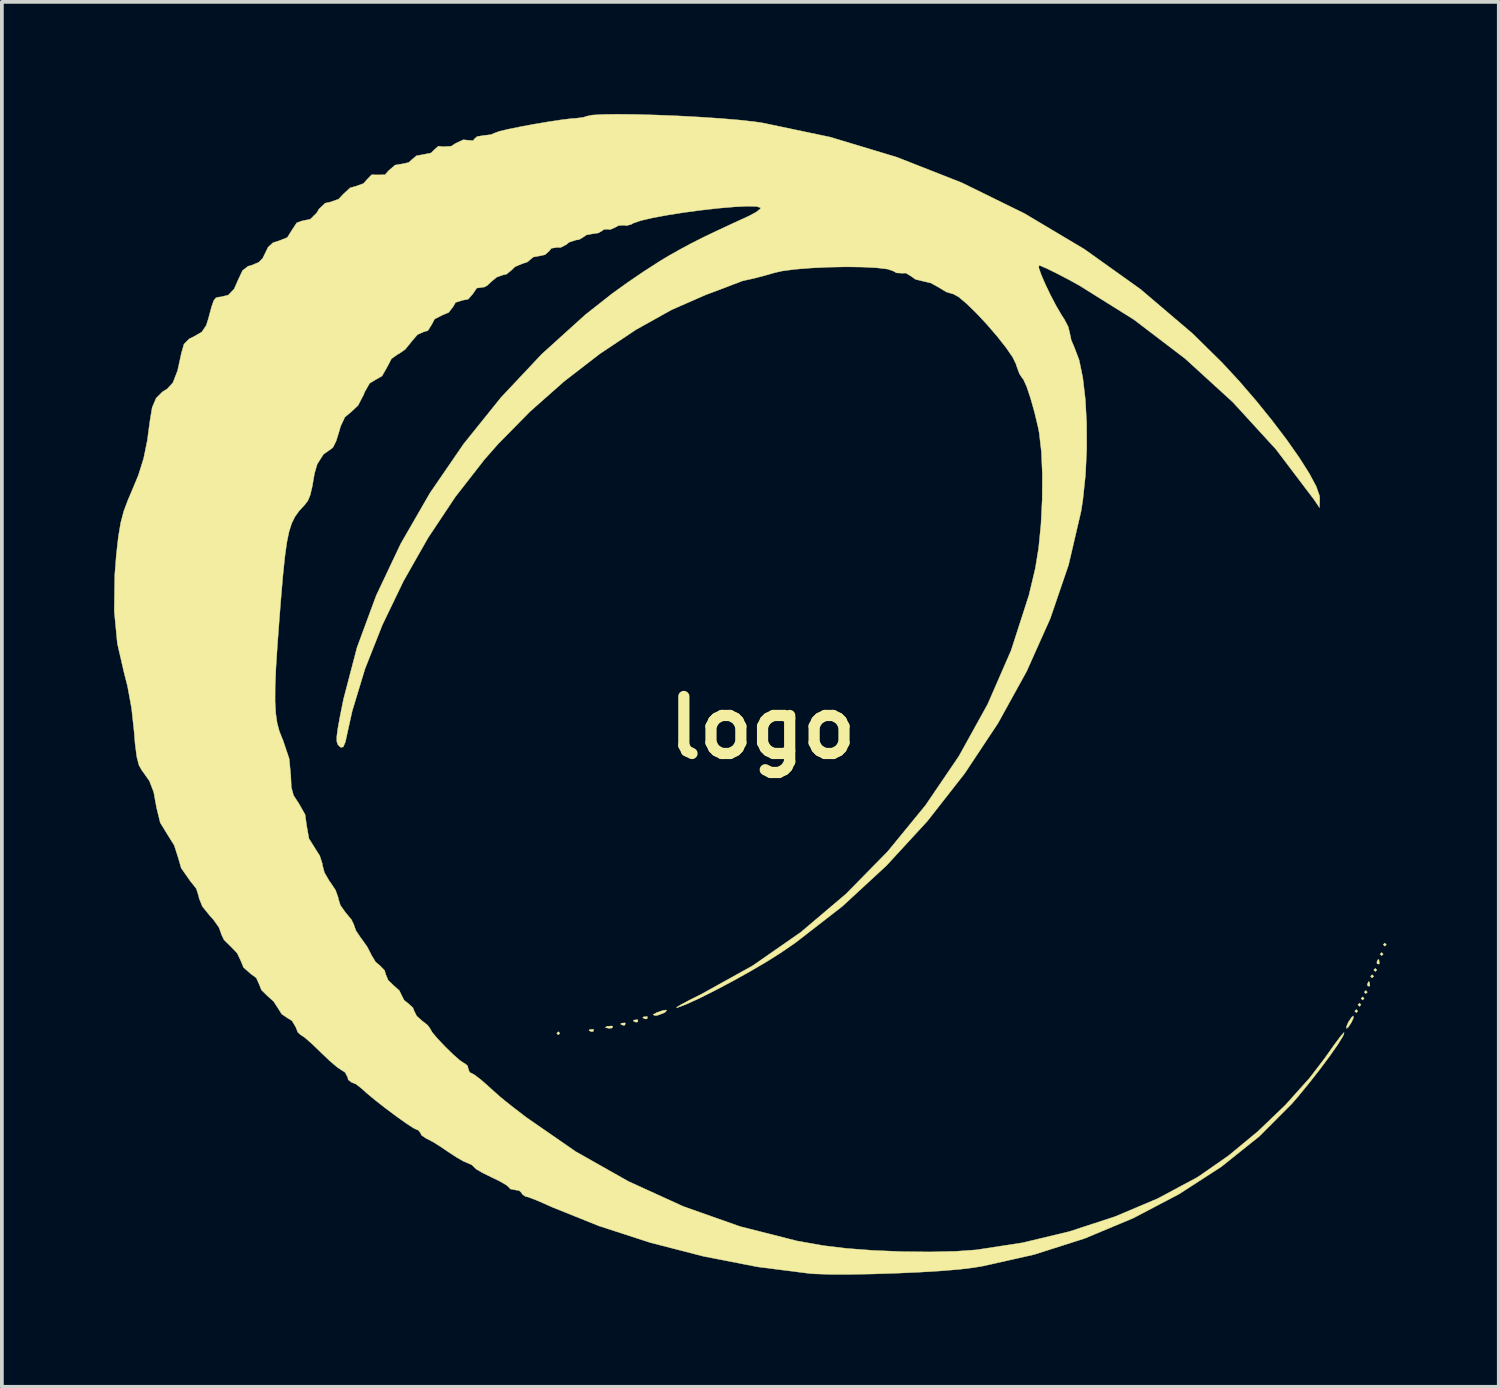
<source format=kicad_pcb>
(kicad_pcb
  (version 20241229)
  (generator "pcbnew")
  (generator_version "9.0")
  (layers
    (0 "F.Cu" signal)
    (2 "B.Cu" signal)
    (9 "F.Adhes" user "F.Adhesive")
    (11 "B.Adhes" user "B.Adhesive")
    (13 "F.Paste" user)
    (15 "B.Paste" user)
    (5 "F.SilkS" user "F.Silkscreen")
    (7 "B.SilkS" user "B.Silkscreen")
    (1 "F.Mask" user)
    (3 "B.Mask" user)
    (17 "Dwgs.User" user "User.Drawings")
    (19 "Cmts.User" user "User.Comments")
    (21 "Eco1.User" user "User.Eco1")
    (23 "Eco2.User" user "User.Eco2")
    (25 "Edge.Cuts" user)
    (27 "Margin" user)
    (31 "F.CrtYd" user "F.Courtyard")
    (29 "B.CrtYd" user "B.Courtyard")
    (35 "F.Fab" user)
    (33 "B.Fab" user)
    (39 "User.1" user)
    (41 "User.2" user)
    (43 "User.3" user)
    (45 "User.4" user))
  (footprint "logo"
    (layer "F.Cu")
    (at 17.339 16.407)
    (property "Reference" "logo" (at 0 0 0) (layer "F.SilkS") (effects (font (size 1.524 1.524) (thickness 0.3))))
    (attr through_hole)
    (fp_poly (pts (xy -5.419 8.17) (xy -5.461 8.213) (xy -5.503 8.17) (xy -5.461 8.128) (xy -5.419 8.17)) (stroke (width 0.01) (type solid)) (fill yes) (layer "F.SilkS"))
    (fp_poly (pts (xy 15.917 7.578) (xy 15.875 7.62) (xy 15.833 7.578) (xy 15.875 7.535) (xy 15.917 7.578)) (stroke (width 0.01) (type solid)) (fill yes) (layer "F.SilkS"))
    (fp_poly (pts (xy 16.002 7.408) (xy 15.96 7.451) (xy 15.917 7.408) (xy 15.96 7.366) (xy 16.002 7.408)) (stroke (width 0.01) (type solid)) (fill yes) (layer "F.SilkS"))
    (fp_poly (pts (xy 16.087 7.239) (xy 16.044 7.281) (xy 16.002 7.239) (xy 16.044 7.197) (xy 16.087 7.239)) (stroke (width 0.01) (type solid)) (fill yes) (layer "F.SilkS"))
    (fp_poly (pts (xy 16.171 7.07) (xy 16.129 7.112) (xy 16.087 7.07) (xy 16.129 7.027) (xy 16.171 7.07)) (stroke (width 0.01) (type solid)) (fill yes) (layer "F.SilkS"))
    (fp_poly (pts (xy 16.341 6.646) (xy 16.298 6.689) (xy 16.256 6.646) (xy 16.298 6.604) (xy 16.341 6.646)) (stroke (width 0.01) (type solid)) (fill yes) (layer "F.SilkS"))
    (fp_poly (pts (xy 16.425 6.477) (xy 16.383 6.519) (xy 16.341 6.477) (xy 16.383 6.435) (xy 16.425 6.477)) (stroke (width 0.01) (type solid)) (fill yes) (layer "F.SilkS"))
    (fp_poly (pts (xy 16.595 6.054) (xy 16.552 6.096) (xy 16.51 6.054) (xy 16.552 6.011) (xy 16.595 6.054)) (stroke (width 0.01) (type solid)) (fill yes) (layer "F.SilkS"))
    (fp_poly (pts (xy 16.679 5.8) (xy 16.637 5.842) (xy 16.595 5.8) (xy 16.637 5.757) (xy 16.679 5.8)) (stroke (width 0.01) (type solid)) (fill yes) (layer "F.SilkS"))
    (fp_poly (pts (xy -4.516 8.072) (xy -4.527 8.122) (xy -4.572 8.128) (xy -4.642 8.097) (xy -4.628 8.072) (xy -4.528 8.061) (xy -4.516 8.072)) (stroke (width 0.01) (type solid)) (fill yes) (layer "F.SilkS"))
    (fp_poly (pts (xy -4.002 7.992) (xy -4.028 8.031) (xy -4.113 8.037) (xy -4.204 8.016) (xy -4.165 7.985) (xy -4.032 7.975) (xy -4.002 7.992)) (stroke (width 0.01) (type solid)) (fill yes) (layer "F.SilkS"))
    (fp_poly (pts (xy -3.669 7.902) (xy -3.681 7.953) (xy -3.725 7.959) (xy -3.795 7.928) (xy -3.782 7.902) (xy -3.681 7.892) (xy -3.669 7.902)) (stroke (width 0.01) (type solid)) (fill yes) (layer "F.SilkS"))
    (fp_poly (pts (xy -3.33 7.818) (xy -3.342 7.868) (xy -3.387 7.874) (xy -3.456 7.843) (xy -3.443 7.818) (xy -3.343 7.807) (xy -3.33 7.818)) (stroke (width 0.01) (type solid)) (fill yes) (layer "F.SilkS"))
    (fp_poly (pts (xy -3.076 7.733) (xy -3.088 7.783) (xy -3.133 7.789) (xy -3.202 7.758) (xy -3.189 7.733) (xy -3.089 7.723) (xy -3.076 7.733)) (stroke (width 0.01) (type solid)) (fill yes) (layer "F.SilkS"))
    (fp_poly (pts (xy 16.228 6.802) (xy 16.238 6.902) (xy 16.228 6.914) (xy 16.177 6.903) (xy 16.171 6.858) (xy 16.202 6.788) (xy 16.228 6.802)) (stroke (width 0.01) (type solid)) (fill yes) (layer "F.SilkS"))
    (fp_poly (pts (xy 16.482 6.209) (xy 16.492 6.309) (xy 16.482 6.322) (xy 16.431 6.31) (xy 16.425 6.265) (xy 16.456 6.196) (xy 16.482 6.209)) (stroke (width 0.01) (type solid)) (fill yes) (layer "F.SilkS"))
    (fp_poly (pts (xy -2.59 7.596) (xy -2.625 7.62) (xy -2.805 7.69) (xy -2.879 7.697) (xy -2.929 7.673) (xy -2.836 7.62) (xy -2.657 7.557) (xy -2.564 7.548) (xy -2.59 7.596)) (stroke (width 0.01) (type solid)) (fill yes) (layer "F.SilkS"))
    (fp_poly (pts (xy 15.796 7.767) (xy 15.748 7.874) (xy 15.661 8.007) (xy 15.615 8.043) (xy 15.616 7.981) (xy 15.663 7.874) (xy 15.751 7.741) (xy 15.796 7.705) (xy 15.796 7.767)) (stroke (width 0.01) (type solid)) (fill yes) (layer "F.SilkS"))
    (fp_poly (pts (xy -3.39 -16.397) (xy -2.847 -16.382) (xy -2.273 -16.359) (xy -1.694 -16.328) (xy -1.14 -16.291) (xy -0.636 -16.249) (xy -0.211 -16.202) (xy 0 -16.171) (xy 1.81 -15.791) (xy 3.591 -15.254) (xy 5.328 -14.571) (xy 7.004 -13.748) (xy 8.602 -12.796) (xy 10.106 -11.723) (xy 11.499 -10.537) (xy 12.281 -9.767) (xy 12.744 -9.267) (xy 13.197 -8.742) (xy 13.625 -8.212) (xy 14.015 -7.698) (xy 14.351 -7.22) (xy 14.618 -6.798) (xy 14.804 -6.451) (xy 14.892 -6.201) (xy 14.897 -6.144) (xy 14.892 -5.884) (xy 14.749 -6.095) (xy 13.729 -7.442) (xy 12.572 -8.706) (xy 11.299 -9.868) (xy 9.929 -10.912) (xy 8.48 -11.818) (xy 8.206 -11.97) (xy 7.885 -12.138) (xy 7.617 -12.27) (xy 7.439 -12.348) (xy 7.39 -12.361) (xy 7.387 -12.293) (xy 7.449 -12.115) (xy 7.558 -11.862) (xy 7.697 -11.572) (xy 7.849 -11.282) (xy 7.996 -11.03) (xy 8.066 -10.924) (xy 8.173 -10.72) (xy 8.213 -10.556) (xy 8.252 -10.367) (xy 8.335 -10.173) (xy 8.464 -9.833) (xy 8.562 -9.359) (xy 8.63 -8.782) (xy 8.665 -8.135) (xy 8.667 -7.449) (xy 8.634 -6.758) (xy 8.564 -6.094) (xy 8.516 -5.784) (xy 8.183 -4.355) (xy 7.694 -2.923) (xy 7.06 -1.505) (xy 6.294 -0.118) (xy 5.406 1.221) (xy 4.409 2.495) (xy 3.314 3.686) (xy 2.132 4.777) (xy 0.877 5.751) (xy 0.466 6.032) (xy 0.097 6.264) (xy -0.338 6.519) (xy -0.804 6.778) (xy -1.267 7.023) (xy -1.69 7.235) (xy -2.041 7.395) (xy -2.283 7.486) (xy -2.286 7.487) (xy -2.3 7.477) (xy -2.182 7.405) (xy -1.954 7.284) (xy -1.636 7.125) (xy -1.627 7.12) (xy -0.267 6.365) (xy 1.023 5.468) (xy 2.232 4.444) (xy 3.348 3.307) (xy 4.359 2.072) (xy 5.253 0.756) (xy 6.019 -0.629) (xy 6.646 -2.067) (xy 7.122 -3.542) (xy 7.293 -4.262) (xy 7.382 -4.807) (xy 7.444 -5.439) (xy 7.477 -6.11) (xy 7.481 -6.774) (xy 7.455 -7.38) (xy 7.397 -7.883) (xy 7.375 -8.001) (xy 7.274 -8.426) (xy 7.166 -8.81) (xy 7.063 -9.116) (xy 6.975 -9.312) (xy 6.935 -9.361) (xy 6.868 -9.465) (xy 6.793 -9.667) (xy 6.777 -9.722) (xy 6.688 -9.906) (xy 6.511 -10.162) (xy 6.274 -10.463) (xy 6.003 -10.778) (xy 5.723 -11.078) (xy 5.461 -11.334) (xy 5.244 -11.517) (xy 5.098 -11.598) (xy 5.084 -11.599) (xy 4.914 -11.65) (xy 4.718 -11.769) (xy 4.499 -11.89) (xy 4.294 -11.938) (xy 4.088 -11.988) (xy 3.976 -12.069) (xy 3.832 -12.156) (xy 3.743 -12.152) (xy 3.581 -12.161) (xy 3.49 -12.212) (xy 3.342 -12.262) (xy 3.06 -12.296) (xy 2.679 -12.316) (xy 2.235 -12.322) (xy 1.762 -12.313) (xy 1.295 -12.291) (xy 0.87 -12.257) (xy 0.52 -12.21) (xy 0.331 -12.167) (xy 0.032 -12.082) (xy -0.229 -12.014) (xy -0.347 -11.988) (xy -0.51 -11.953) (xy -0.572 -11.934) (xy -0.656 -11.899) (xy -0.784 -11.853) (xy -0.847 -11.828) (xy -0.988 -11.773) (xy -1.234 -11.68) (xy -1.524 -11.572) (xy -2.433 -11.173) (xy -3.385 -10.642) (xy -4.352 -9.996) (xy -5.307 -9.259) (xy -6.222 -8.449) (xy -7.07 -7.587) (xy -7.433 -7.175) (xy -8.216 -6.17) (xy -8.944 -5.076) (xy -9.599 -3.924) (xy -10.166 -2.747) (xy -10.629 -1.576) (xy -10.972 -0.445) (xy -11.095 0.11) (xy -11.155 0.382) (xy -11.21 0.512) (xy -11.273 0.528) (xy -11.306 0.505) (xy -11.357 0.45) (xy -11.384 0.368) (xy -11.384 0.232) (xy -11.355 0.014) (xy -11.295 -0.315) (xy -11.205 -0.762) (xy -10.844 -2.142) (xy -10.33 -3.534) (xy -9.675 -4.918) (xy -8.893 -6.274) (xy -7.994 -7.585) (xy -6.994 -8.829) (xy -5.903 -9.989) (xy -4.736 -11.044) (xy -4.018 -11.609) (xy -3.609 -11.903) (xy -3.168 -12.203) (xy -2.754 -12.47) (xy -2.494 -12.626) (xy -2.195 -12.794) (xy -1.91 -12.947) (xy -1.602 -13.103) (xy -1.237 -13.278) (xy -0.778 -13.492) (xy -0.367 -13.68) (xy -0.167 -13.788) (xy -0.059 -13.875) (xy -0.053 -13.903) (xy -0.161 -13.937) (xy -0.405 -13.943) (xy -0.752 -13.926) (xy -1.172 -13.89) (xy -1.633 -13.838) (xy -2.104 -13.775) (xy -2.553 -13.704) (xy -2.95 -13.63) (xy -3.263 -13.557) (xy -3.461 -13.488) (xy -3.503 -13.461) (xy -3.638 -13.423) (xy -3.694 -13.436) (xy -3.853 -13.426) (xy -3.934 -13.38) (xy -4.075 -13.318) (xy -4.139 -13.329) (xy -4.251 -13.321) (xy -4.275 -13.294) (xy -4.393 -13.227) (xy -4.53 -13.208) (xy -4.707 -13.176) (xy -4.784 -13.123) (xy -4.904 -13.051) (xy -4.99 -13.039) (xy -5.175 -12.978) (xy -5.242 -12.92) (xy -5.399 -12.839) (xy -5.495 -12.843) (xy -5.65 -12.817) (xy -5.701 -12.749) (xy -5.816 -12.646) (xy -5.959 -12.615) (xy -6.128 -12.585) (xy -6.195 -12.53) (xy -6.291 -12.45) (xy -6.431 -12.404) (xy -6.619 -12.325) (xy -6.71 -12.236) (xy -6.849 -12.124) (xy -6.934 -12.107) (xy -7.104 -12.048) (xy -7.236 -11.941) (xy -7.366 -11.82) (xy -7.44 -11.782) (xy -7.642 -11.754) (xy -7.747 -11.599) (xy -7.871 -11.457) (xy -8.015 -11.43) (xy -8.208 -11.371) (xy -8.274 -11.256) (xy -8.394 -11.101) (xy -8.555 -11.035) (xy -8.77 -10.925) (xy -8.842 -10.786) (xy -8.947 -10.618) (xy -9.062 -10.583) (xy -9.226 -10.51) (xy -9.391 -10.32) (xy -9.398 -10.308) (xy -9.556 -10.114) (xy -9.726 -9.996) (xy -9.75 -9.988) (xy -9.922 -9.865) (xy -10.033 -9.652) (xy -10.176 -9.401) (xy -10.335 -9.312) (xy -10.505 -9.209) (xy -10.64 -8.974) (xy -10.666 -8.904) (xy -10.815 -8.617) (xy -11 -8.443) (xy -11.007 -8.439) (xy -11.168 -8.303) (xy -11.284 -8.054) (xy -11.323 -7.915) (xy -11.4 -7.668) (xy -11.482 -7.501) (xy -11.524 -7.462) (xy -11.74 -7.311) (xy -11.908 -7.046) (xy -11.98 -6.799) (xy -12.041 -6.447) (xy -12.095 -6.22) (xy -12.155 -6.073) (xy -12.236 -5.965) (xy -12.258 -5.942) (xy -12.393 -5.794) (xy -12.502 -5.642) (xy -12.59 -5.465) (xy -12.661 -5.241) (xy -12.721 -4.948) (xy -12.774 -4.563) (xy -12.825 -4.066) (xy -12.879 -3.435) (xy -12.912 -3.012) (xy -12.97 -2.236) (xy -13.011 -1.607) (xy -13.032 -1.103) (xy -13.034 -0.703) (xy -13.016 -0.384) (xy -12.979 -0.126) (xy -12.92 0.094) (xy -12.84 0.297) (xy -12.826 0.326) (xy -12.657 0.828) (xy -12.615 1.272) (xy -12.6 1.591) (xy -12.54 1.811) (xy -12.417 2) (xy -12.404 2.017) (xy -12.231 2.323) (xy -12.192 2.609) (xy -12.129 2.963) (xy -11.98 3.202) (xy -11.84 3.423) (xy -11.77 3.639) (xy -11.769 3.668) (xy -11.715 3.873) (xy -11.583 4.1) (xy -11.557 4.133) (xy -11.417 4.345) (xy -11.347 4.54) (xy -11.345 4.567) (xy -11.288 4.749) (xy -11.148 4.946) (xy -11.134 4.961) (xy -10.991 5.134) (xy -10.923 5.277) (xy -10.922 5.289) (xy -10.871 5.428) (xy -10.746 5.615) (xy -10.722 5.645) (xy -10.569 5.861) (xy -10.466 6.062) (xy -10.462 6.075) (xy -10.346 6.265) (xy -10.239 6.353) (xy -10.106 6.489) (xy -10.075 6.597) (xy -10.009 6.754) (xy -9.864 6.893) (xy -9.711 7.03) (xy -9.652 7.153) (xy -9.585 7.286) (xy -9.483 7.366) (xy -9.348 7.487) (xy -9.313 7.579) (xy -9.248 7.709) (xy -9.102 7.839) (xy -8.951 7.958) (xy -8.89 8.045) (xy -8.833 8.145) (xy -8.687 8.318) (xy -8.49 8.525) (xy -8.282 8.729) (xy -8.099 8.891) (xy -7.98 8.972) (xy -7.966 8.975) (xy -7.884 9.043) (xy -7.874 9.102) (xy -7.834 9.214) (xy -7.8 9.229) (xy -7.701 9.282) (xy -7.524 9.418) (xy -7.377 9.546) (xy -7.18 9.725) (xy -7.028 9.86) (xy -6.878 9.984) (xy -6.691 10.132) (xy -6.424 10.337) (xy -6.308 10.426) (xy -4.994 11.335) (xy -3.586 12.131) (xy -2.112 12.803) (xy -0.599 13.337) (xy 0.923 13.723) (xy 1.626 13.848) (xy 2.24 13.922) (xy 2.956 13.976) (xy 3.72 14.008) (xy 4.476 14.016) (xy 5.171 14) (xy 5.715 13.961) (xy 6.957 13.77) (xy 8.207 13.47) (xy 9.423 13.072) (xy 10.565 12.59) (xy 11.593 12.039) (xy 11.69 11.979) (xy 12.464 11.439) (xy 13.242 10.796) (xy 13.979 10.09) (xy 14.63 9.363) (xy 15.027 8.844) (xy 15.291 8.471) (xy 15.465 8.239) (xy 15.549 8.147) (xy 15.541 8.196) (xy 15.512 8.257) (xy 15.382 8.469) (xy 15.17 8.772) (xy 14.903 9.131) (xy 14.608 9.508) (xy 14.313 9.868) (xy 14.154 10.052) (xy 13.279 10.929) (xy 12.266 11.739) (xy 11.136 12.47) (xy 9.911 13.113) (xy 8.612 13.656) (xy 7.261 14.087) (xy 5.88 14.397) (xy 5.63 14.438) (xy 5.262 14.483) (xy 4.766 14.524) (xy 4.185 14.559) (xy 3.557 14.587) (xy 2.923 14.607) (xy 2.323 14.618) (xy 1.797 14.617) (xy 1.385 14.603) (xy 1.27 14.595) (xy -0.134 14.416) (xy -1.575 14.135) (xy -3.004 13.767) (xy -4.374 13.322) (xy -5.636 12.815) (xy -5.773 12.753) (xy -6.04 12.636) (xy -6.249 12.556) (xy -6.345 12.531) (xy -6.431 12.469) (xy -6.435 12.446) (xy -6.506 12.377) (xy -6.604 12.361) (xy -6.742 12.335) (xy -6.774 12.298) (xy -6.845 12.232) (xy -7.029 12.125) (xy -7.239 12.023) (xy -7.485 11.903) (xy -7.653 11.805) (xy -7.704 11.757) (xy -7.773 11.689) (xy -7.853 11.654) (xy -7.999 11.592) (xy -8.188 11.483) (xy -8.459 11.305) (xy -8.594 11.212) (xy -8.807 11.078) (xy -8.984 10.986) (xy -8.996 10.982) (xy -9.121 10.895) (xy -9.144 10.84) (xy -9.209 10.756) (xy -9.235 10.753) (xy -9.337 10.703) (xy -9.536 10.573) (xy -9.795 10.388) (xy -10.081 10.175) (xy -10.358 9.958) (xy -10.59 9.765) (xy -10.713 9.653) (xy -10.873 9.528) (xy -10.988 9.483) (xy -11.079 9.414) (xy -11.091 9.353) (xy -11.161 9.217) (xy -11.239 9.167) (xy -11.369 9.081) (xy -11.573 8.908) (xy -11.809 8.684) (xy -11.831 8.661) (xy -12.056 8.445) (xy -12.239 8.285) (xy -12.345 8.214) (xy -12.352 8.213) (xy -12.428 8.141) (xy -12.478 8.011) (xy -12.581 7.837) (xy -12.698 7.765) (xy -12.857 7.657) (xy -12.945 7.516) (xy -13.074 7.318) (xy -13.243 7.167) (xy -13.399 7.013) (xy -13.462 6.854) (xy -13.537 6.688) (xy -13.679 6.586) (xy -13.878 6.41) (xy -13.944 6.247) (xy -14.046 6.031) (xy -14.227 5.84) (xy -14.235 5.834) (xy -14.4 5.672) (xy -14.477 5.509) (xy -14.478 5.495) (xy -14.535 5.34) (xy -14.68 5.135) (xy -14.774 5.032) (xy -14.979 4.778) (xy -15.069 4.552) (xy -15.071 4.522) (xy -15.139 4.305) (xy -15.316 4.081) (xy -15.316 4.08) (xy -15.544 3.754) (xy -15.621 3.486) (xy -15.73 3.146) (xy -15.914 2.851) (xy -16.105 2.539) (xy -16.206 2.128) (xy -16.206 2.123) (xy -16.279 1.723) (xy -16.393 1.426) (xy -16.573 1.169) (xy -16.595 1.143) (xy -16.673 1.005) (xy -16.732 0.778) (xy -16.777 0.43) (xy -16.804 0.096) (xy -16.871 -0.518) (xy -16.98 -1.114) (xy -17.072 -1.471) (xy -17.252 -2.255) (xy -17.334 -3.117) (xy -17.321 -4.081) (xy -17.28 -4.611) (xy -17.225 -5.102) (xy -17.162 -5.478) (xy -17.078 -5.795) (xy -16.96 -6.107) (xy -16.893 -6.262) (xy -16.689 -6.752) (xy -16.548 -7.203) (xy -16.449 -7.688) (xy -16.382 -8.194) (xy -16.32 -8.564) (xy -16.214 -8.812) (xy -16.04 -8.985) (xy -15.918 -9.059) (xy -15.767 -9.224) (xy -15.641 -9.547) (xy -15.538 -10.018) (xy -15.47 -10.256) (xy -15.33 -10.397) (xy -15.196 -10.463) (xy -14.992 -10.581) (xy -14.873 -10.76) (xy -14.816 -10.943) (xy -14.736 -11.243) (xy -14.677 -11.414) (xy -14.619 -11.492) (xy -14.542 -11.515) (xy -14.502 -11.516) (xy -14.286 -11.566) (xy -14.128 -11.731) (xy -14.015 -11.989) (xy -13.904 -12.224) (xy -13.757 -12.338) (xy -13.67 -12.361) (xy -13.472 -12.443) (xy -13.365 -12.552) (xy -13.262 -12.763) (xy -13.221 -12.848) (xy -13.089 -12.968) (xy -12.914 -13.024) (xy -12.706 -13.108) (xy -12.587 -13.299) (xy -12.456 -13.499) (xy -12.322 -13.548) (xy -12.091 -13.597) (xy -11.921 -13.764) (xy -11.863 -13.864) (xy -11.695 -14.025) (xy -11.556 -14.055) (xy -11.337 -14.132) (xy -11.211 -14.266) (xy -11.03 -14.434) (xy -10.873 -14.478) (xy -10.669 -14.551) (xy -10.579 -14.655) (xy -10.453 -14.784) (xy -10.283 -14.781) (xy -10.097 -14.784) (xy -9.991 -14.901) (xy -9.824 -15.043) (xy -9.658 -15.071) (xy -9.462 -15.112) (xy -9.367 -15.198) (xy -9.252 -15.293) (xy -9.071 -15.325) (xy -8.864 -15.368) (xy -8.772 -15.458) (xy -8.667 -15.55) (xy -8.546 -15.535) (xy -8.326 -15.547) (xy -8.213 -15.621) (xy -8.001 -15.72) (xy -7.88 -15.708) (xy -7.739 -15.697) (xy -7.705 -15.742) (xy -7.632 -15.807) (xy -7.468 -15.833) (xy -7.265 -15.857) (xy -7.15 -15.905) (xy -7.041 -15.945) (xy -6.804 -16.002) (xy -6.479 -16.068) (xy -6.107 -16.137) (xy -5.727 -16.201) (xy -5.379 -16.254) (xy -5.104 -16.287) (xy -4.995 -16.294) (xy -4.799 -16.318) (xy -4.699 -16.35) (xy -4.556 -16.38) (xy -4.272 -16.397) (xy -3.874 -16.402) (xy -3.39 -16.397)) (stroke (width 0.01) (type solid)) (fill yes) (layer "F.SilkS")))
  (gr_rect
    (start -3 -3)
    (end 37.024 34.03)
    (stroke (width 0.1) (type default))
    (fill no)
    (layer "Edge.Cuts")))
</source>
